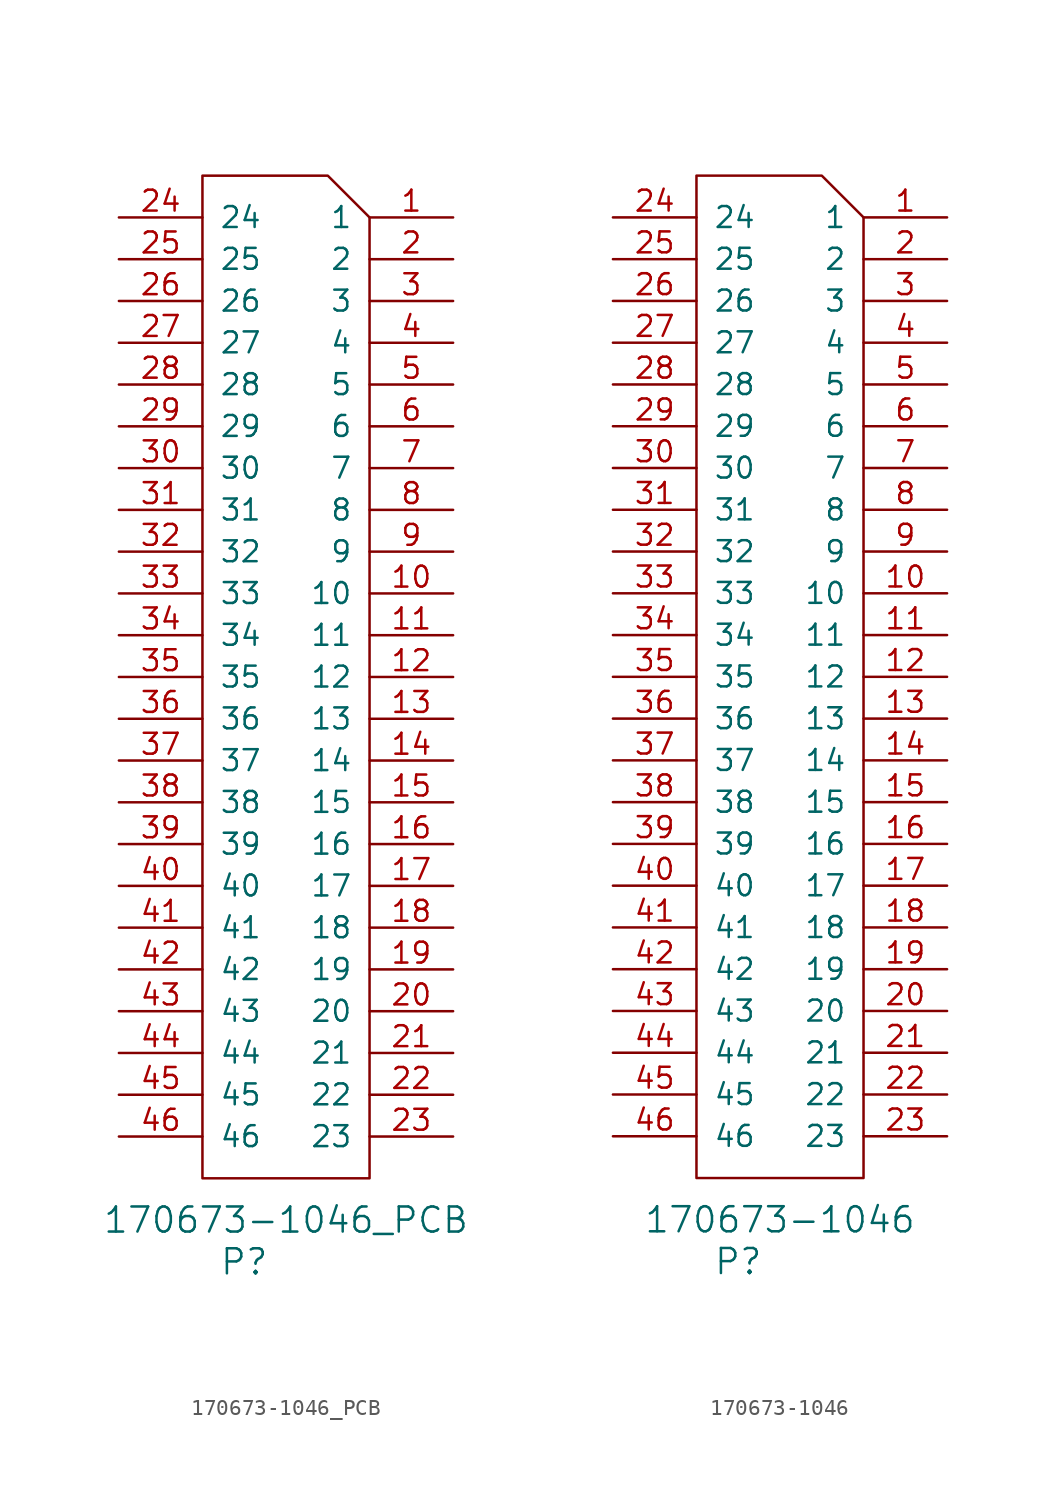
<source format=kicad_sym>
(kicad_symbol_lib
  (version 20220914)
  (generator kicad_symbol_editor)
  (symbol "170673-1046_PCB"
    (pin_names
      (offset 1.016))
    (property "Reference" "P"
      (at 2.54 -5.08 0)
      (effects (font (size 1.524 1.524))))
    (property "Value" "170673-1046_PCB"
      (at 5.08 -2.54 0)
      (effects (font (size 1.524 1.524))))
    (symbol "170673-1046_PCB_0_1"
      (polyline (pts (xy 0 35.56) (xy 0 60.96) (xy 7.62 60.96) (xy 10.16 58.42) (xy 10.16 0) (xy 0 0) (xy 0 35.56)) (stroke (width 0) (type solid)) (fill (type none))))
    (symbol "170673-1046_PCB_1_1"
      (pin passive line (at 15.24 58.42 180) (length 5.08) (name "1" (effects (font (size 1.27 1.27)))) (number "1" (effects (font (size 1.27 1.27)))))
      (pin passive line (at 15.24 35.56 180) (length 5.08) (name "10" (effects (font (size 1.27 1.27)))) (number "10" (effects (font (size 1.27 1.27)))))
      (pin passive line (at 15.24 33.02 180) (length 5.08) (name "11" (effects (font (size 1.27 1.27)))) (number "11" (effects (font (size 1.27 1.27)))))
      (pin passive line (at 15.24 30.48 180) (length 5.08) (name "12" (effects (font (size 1.27 1.27)))) (number "12" (effects (font (size 1.27 1.27)))))
      (pin passive line (at 15.24 27.94 180) (length 5.08) (name "13" (effects (font (size 1.27 1.27)))) (number "13" (effects (font (size 1.27 1.27)))))
      (pin passive line (at 15.24 25.4 180) (length 5.08) (name "14" (effects (font (size 1.27 1.27)))) (number "14" (effects (font (size 1.27 1.27)))))
      (pin passive line (at 15.24 22.86 180) (length 5.08) (name "15" (effects (font (size 1.27 1.27)))) (number "15" (effects (font (size 1.27 1.27)))))
      (pin passive line (at 15.24 20.32 180) (length 5.08) (name "16" (effects (font (size 1.27 1.27)))) (number "16" (effects (font (size 1.27 1.27)))))
      (pin passive line (at 15.24 17.78 180) (length 5.08) (name "17" (effects (font (size 1.27 1.27)))) (number "17" (effects (font (size 1.27 1.27)))))
      (pin passive line (at 15.24 15.24 180) (length 5.08) (name "18" (effects (font (size 1.27 1.27)))) (number "18" (effects (font (size 1.27 1.27)))))
      (pin passive line (at 15.24 12.7 180) (length 5.08) (name "19" (effects (font (size 1.27 1.27)))) (number "19" (effects (font (size 1.27 1.27)))))
      (pin passive line (at 15.24 55.88 180) (length 5.08) (name "2" (effects (font (size 1.27 1.27)))) (number "2" (effects (font (size 1.27 1.27)))))
      (pin passive line (at 15.24 10.16 180) (length 5.08) (name "20" (effects (font (size 1.27 1.27)))) (number "20" (effects (font (size 1.27 1.27)))))
      (pin passive line (at 15.24 7.62 180) (length 5.08) (name "21" (effects (font (size 1.27 1.27)))) (number "21" (effects (font (size 1.27 1.27)))))
      (pin passive line (at 15.24 5.08 180) (length 5.08) (name "22" (effects (font (size 1.27 1.27)))) (number "22" (effects (font (size 1.27 1.27)))))
      (pin passive line (at 15.24 2.54 180) (length 5.08) (name "23" (effects (font (size 1.27 1.27)))) (number "23" (effects (font (size 1.27 1.27)))))
      (pin passive line (at -5.08 58.42 0) (length 5.08) (name "24" (effects (font (size 1.27 1.27)))) (number "24" (effects (font (size 1.27 1.27)))))
      (pin passive line (at -5.08 55.88 0) (length 5.08) (name "25" (effects (font (size 1.27 1.27)))) (number "25" (effects (font (size 1.27 1.27)))))
      (pin passive line (at -5.08 53.34 0) (length 5.08) (name "26" (effects (font (size 1.27 1.27)))) (number "26" (effects (font (size 1.27 1.27)))))
      (pin passive line (at -5.08 50.8 0) (length 5.08) (name "27" (effects (font (size 1.27 1.27)))) (number "27" (effects (font (size 1.27 1.27)))))
      (pin passive line (at -5.08 48.26 0) (length 5.08) (name "28" (effects (font (size 1.27 1.27)))) (number "28" (effects (font (size 1.27 1.27)))))
      (pin passive line (at -5.08 45.72 0) (length 5.08) (name "29" (effects (font (size 1.27 1.27)))) (number "29" (effects (font (size 1.27 1.27)))))
      (pin passive line (at 15.24 53.34 180) (length 5.08) (name "3" (effects (font (size 1.27 1.27)))) (number "3" (effects (font (size 1.27 1.27)))))
      (pin passive line (at -5.08 43.18 0) (length 5.08) (name "30" (effects (font (size 1.27 1.27)))) (number "30" (effects (font (size 1.27 1.27)))))
      (pin passive line (at -5.08 40.64 0) (length 5.08) (name "31" (effects (font (size 1.27 1.27)))) (number "31" (effects (font (size 1.27 1.27)))))
      (pin passive line (at -5.08 38.1 0) (length 5.08) (name "32" (effects (font (size 1.27 1.27)))) (number "32" (effects (font (size 1.27 1.27)))))
      (pin passive line (at -5.08 35.56 0) (length 5.08) (name "33" (effects (font (size 1.27 1.27)))) (number "33" (effects (font (size 1.27 1.27)))))
      (pin passive line (at -5.08 33.02 0) (length 5.08) (name "34" (effects (font (size 1.27 1.27)))) (number "34" (effects (font (size 1.27 1.27)))))
      (pin passive line (at -5.08 30.48 0) (length 5.08) (name "35" (effects (font (size 1.27 1.27)))) (number "35" (effects (font (size 1.27 1.27)))))
      (pin passive line (at -5.08 27.94 0) (length 5.08) (name "36" (effects (font (size 1.27 1.27)))) (number "36" (effects (font (size 1.27 1.27)))))
      (pin passive line (at -5.08 25.4 0) (length 5.08) (name "37" (effects (font (size 1.27 1.27)))) (number "37" (effects (font (size 1.27 1.27)))))
      (pin passive line (at -5.08 22.86 0) (length 5.08) (name "38" (effects (font (size 1.27 1.27)))) (number "38" (effects (font (size 1.27 1.27)))))
      (pin passive line (at -5.08 20.32 0) (length 5.08) (name "39" (effects (font (size 1.27 1.27)))) (number "39" (effects (font (size 1.27 1.27)))))
      (pin passive line (at 15.24 50.8 180) (length 5.08) (name "4" (effects (font (size 1.27 1.27)))) (number "4" (effects (font (size 1.27 1.27)))))
      (pin passive line (at -5.08 17.78 0) (length 5.08) (name "40" (effects (font (size 1.27 1.27)))) (number "40" (effects (font (size 1.27 1.27)))))
      (pin passive line (at -5.08 15.24 0) (length 5.08) (name "41" (effects (font (size 1.27 1.27)))) (number "41" (effects (font (size 1.27 1.27)))))
      (pin passive line (at -5.08 12.7 0) (length 5.08) (name "42" (effects (font (size 1.27 1.27)))) (number "42" (effects (font (size 1.27 1.27)))))
      (pin passive line (at -5.08 10.16 0) (length 5.08) (name "43" (effects (font (size 1.27 1.27)))) (number "43" (effects (font (size 1.27 1.27)))))
      (pin passive line (at -5.08 7.62 0) (length 5.08) (name "44" (effects (font (size 1.27 1.27)))) (number "44" (effects (font (size 1.27 1.27)))))
      (pin passive line (at -5.08 5.08 0) (length 5.08) (name "45" (effects (font (size 1.27 1.27)))) (number "45" (effects (font (size 1.27 1.27)))))
      (pin passive line (at -5.08 2.54 0) (length 5.08) (name "46" (effects (font (size 1.27 1.27)))) (number "46" (effects (font (size 1.27 1.27)))))
      (pin passive line (at 15.24 48.26 180) (length 5.08) (name "5" (effects (font (size 1.27 1.27)))) (number "5" (effects (font (size 1.27 1.27)))))
      (pin passive line (at 15.24 45.72 180) (length 5.08) (name "6" (effects (font (size 1.27 1.27)))) (number "6" (effects (font (size 1.27 1.27)))))
      (pin passive line (at 15.24 43.18 180) (length 5.08) (name "7" (effects (font (size 1.27 1.27)))) (number "7" (effects (font (size 1.27 1.27)))))
      (pin passive line (at 15.24 40.64 180) (length 5.08) (name "8" (effects (font (size 1.27 1.27)))) (number "8" (effects (font (size 1.27 1.27)))))
      (pin passive line (at 15.24 38.1 180) (length 5.08) (name "9" (effects (font (size 1.27 1.27)))) (number "9" (effects (font (size 1.27 1.27)))))))
  (symbol "170673-1046"
    (pin_names
      (offset 1.016))
    (property "Reference" "P"
      (at 2.54 -5.08 0)
      (effects (font (size 1.524 1.524))))
    (property "Value" "170673-1046"
      (at 5.08 -2.54 0)
      (effects (font (size 1.524 1.524))))
    (symbol "170673-1046_0_1"
      (polyline (pts (xy 0 35.56) (xy 0 60.96) (xy 7.62 60.96) (xy 10.16 58.42) (xy 10.16 0) (xy 0 0) (xy 0 35.56)) (stroke (width 0) (type solid)) (fill (type none))))
    (symbol "170673-1046_1_1"
      (pin passive line (at 15.24 58.42 180) (length 5.08) (name "1" (effects (font (size 1.27 1.27)))) (number "1" (effects (font (size 1.27 1.27)))))
      (pin passive line (at 15.24 35.56 180) (length 5.08) (name "10" (effects (font (size 1.27 1.27)))) (number "10" (effects (font (size 1.27 1.27)))))
      (pin passive line (at 15.24 33.02 180) (length 5.08) (name "11" (effects (font (size 1.27 1.27)))) (number "11" (effects (font (size 1.27 1.27)))))
      (pin passive line (at 15.24 30.48 180) (length 5.08) (name "12" (effects (font (size 1.27 1.27)))) (number "12" (effects (font (size 1.27 1.27)))))
      (pin passive line (at 15.24 27.94 180) (length 5.08) (name "13" (effects (font (size 1.27 1.27)))) (number "13" (effects (font (size 1.27 1.27)))))
      (pin passive line (at 15.24 25.4 180) (length 5.08) (name "14" (effects (font (size 1.27 1.27)))) (number "14" (effects (font (size 1.27 1.27)))))
      (pin passive line (at 15.24 22.86 180) (length 5.08) (name "15" (effects (font (size 1.27 1.27)))) (number "15" (effects (font (size 1.27 1.27)))))
      (pin passive line (at 15.24 20.32 180) (length 5.08) (name "16" (effects (font (size 1.27 1.27)))) (number "16" (effects (font (size 1.27 1.27)))))
      (pin passive line (at 15.24 17.78 180) (length 5.08) (name "17" (effects (font (size 1.27 1.27)))) (number "17" (effects (font (size 1.27 1.27)))))
      (pin passive line (at 15.24 15.24 180) (length 5.08) (name "18" (effects (font (size 1.27 1.27)))) (number "18" (effects (font (size 1.27 1.27)))))
      (pin passive line (at 15.24 12.7 180) (length 5.08) (name "19" (effects (font (size 1.27 1.27)))) (number "19" (effects (font (size 1.27 1.27)))))
      (pin passive line (at 15.24 55.88 180) (length 5.08) (name "2" (effects (font (size 1.27 1.27)))) (number "2" (effects (font (size 1.27 1.27)))))
      (pin passive line (at 15.24 10.16 180) (length 5.08) (name "20" (effects (font (size 1.27 1.27)))) (number "20" (effects (font (size 1.27 1.27)))))
      (pin passive line (at 15.24 7.62 180) (length 5.08) (name "21" (effects (font (size 1.27 1.27)))) (number "21" (effects (font (size 1.27 1.27)))))
      (pin passive line (at 15.24 5.08 180) (length 5.08) (name "22" (effects (font (size 1.27 1.27)))) (number "22" (effects (font (size 1.27 1.27)))))
      (pin passive line (at 15.24 2.54 180) (length 5.08) (name "23" (effects (font (size 1.27 1.27)))) (number "23" (effects (font (size 1.27 1.27)))))
      (pin passive line (at -5.08 58.42 0) (length 5.08) (name "24" (effects (font (size 1.27 1.27)))) (number "24" (effects (font (size 1.27 1.27)))))
      (pin passive line (at -5.08 55.88 0) (length 5.08) (name "25" (effects (font (size 1.27 1.27)))) (number "25" (effects (font (size 1.27 1.27)))))
      (pin passive line (at -5.08 53.34 0) (length 5.08) (name "26" (effects (font (size 1.27 1.27)))) (number "26" (effects (font (size 1.27 1.27)))))
      (pin passive line (at -5.08 50.8 0) (length 5.08) (name "27" (effects (font (size 1.27 1.27)))) (number "27" (effects (font (size 1.27 1.27)))))
      (pin passive line (at -5.08 48.26 0) (length 5.08) (name "28" (effects (font (size 1.27 1.27)))) (number "28" (effects (font (size 1.27 1.27)))))
      (pin passive line (at -5.08 45.72 0) (length 5.08) (name "29" (effects (font (size 1.27 1.27)))) (number "29" (effects (font (size 1.27 1.27)))))
      (pin passive line (at 15.24 53.34 180) (length 5.08) (name "3" (effects (font (size 1.27 1.27)))) (number "3" (effects (font (size 1.27 1.27)))))
      (pin passive line (at -5.08 43.18 0) (length 5.08) (name "30" (effects (font (size 1.27 1.27)))) (number "30" (effects (font (size 1.27 1.27)))))
      (pin passive line (at -5.08 40.64 0) (length 5.08) (name "31" (effects (font (size 1.27 1.27)))) (number "31" (effects (font (size 1.27 1.27)))))
      (pin passive line (at -5.08 38.1 0) (length 5.08) (name "32" (effects (font (size 1.27 1.27)))) (number "32" (effects (font (size 1.27 1.27)))))
      (pin passive line (at -5.08 35.56 0) (length 5.08) (name "33" (effects (font (size 1.27 1.27)))) (number "33" (effects (font (size 1.27 1.27)))))
      (pin passive line (at -5.08 33.02 0) (length 5.08) (name "34" (effects (font (size 1.27 1.27)))) (number "34" (effects (font (size 1.27 1.27)))))
      (pin passive line (at -5.08 30.48 0) (length 5.08) (name "35" (effects (font (size 1.27 1.27)))) (number "35" (effects (font (size 1.27 1.27)))))
      (pin passive line (at -5.08 27.94 0) (length 5.08) (name "36" (effects (font (size 1.27 1.27)))) (number "36" (effects (font (size 1.27 1.27)))))
      (pin passive line (at -5.08 25.4 0) (length 5.08) (name "37" (effects (font (size 1.27 1.27)))) (number "37" (effects (font (size 1.27 1.27)))))
      (pin passive line (at -5.08 22.86 0) (length 5.08) (name "38" (effects (font (size 1.27 1.27)))) (number "38" (effects (font (size 1.27 1.27)))))
      (pin passive line (at -5.08 20.32 0) (length 5.08) (name "39" (effects (font (size 1.27 1.27)))) (number "39" (effects (font (size 1.27 1.27)))))
      (pin passive line (at 15.24 50.8 180) (length 5.08) (name "4" (effects (font (size 1.27 1.27)))) (number "4" (effects (font (size 1.27 1.27)))))
      (pin passive line (at -5.08 17.78 0) (length 5.08) (name "40" (effects (font (size 1.27 1.27)))) (number "40" (effects (font (size 1.27 1.27)))))
      (pin passive line (at -5.08 15.24 0) (length 5.08) (name "41" (effects (font (size 1.27 1.27)))) (number "41" (effects (font (size 1.27 1.27)))))
      (pin passive line (at -5.08 12.7 0) (length 5.08) (name "42" (effects (font (size 1.27 1.27)))) (number "42" (effects (font (size 1.27 1.27)))))
      (pin passive line (at -5.08 10.16 0) (length 5.08) (name "43" (effects (font (size 1.27 1.27)))) (number "43" (effects (font (size 1.27 1.27)))))
      (pin passive line (at -5.08 7.62 0) (length 5.08) (name "44" (effects (font (size 1.27 1.27)))) (number "44" (effects (font (size 1.27 1.27)))))
      (pin passive line (at -5.08 5.08 0) (length 5.08) (name "45" (effects (font (size 1.27 1.27)))) (number "45" (effects (font (size 1.27 1.27)))))
      (pin passive line (at -5.08 2.54 0) (length 5.08) (name "46" (effects (font (size 1.27 1.27)))) (number "46" (effects (font (size 1.27 1.27)))))
      (pin passive line (at 15.24 48.26 180) (length 5.08) (name "5" (effects (font (size 1.27 1.27)))) (number "5" (effects (font (size 1.27 1.27)))))
      (pin passive line (at 15.24 45.72 180) (length 5.08) (name "6" (effects (font (size 1.27 1.27)))) (number "6" (effects (font (size 1.27 1.27)))))
      (pin passive line (at 15.24 43.18 180) (length 5.08) (name "7" (effects (font (size 1.27 1.27)))) (number "7" (effects (font (size 1.27 1.27)))))
      (pin passive line (at 15.24 40.64 180) (length 5.08) (name "8" (effects (font (size 1.27 1.27)))) (number "8" (effects (font (size 1.27 1.27)))))
      (pin passive line (at 15.24 38.1 180) (length 5.08) (name "9" (effects (font (size 1.27 1.27)))) (number "9" (effects (font (size 1.27 1.27))))))))
</source>
